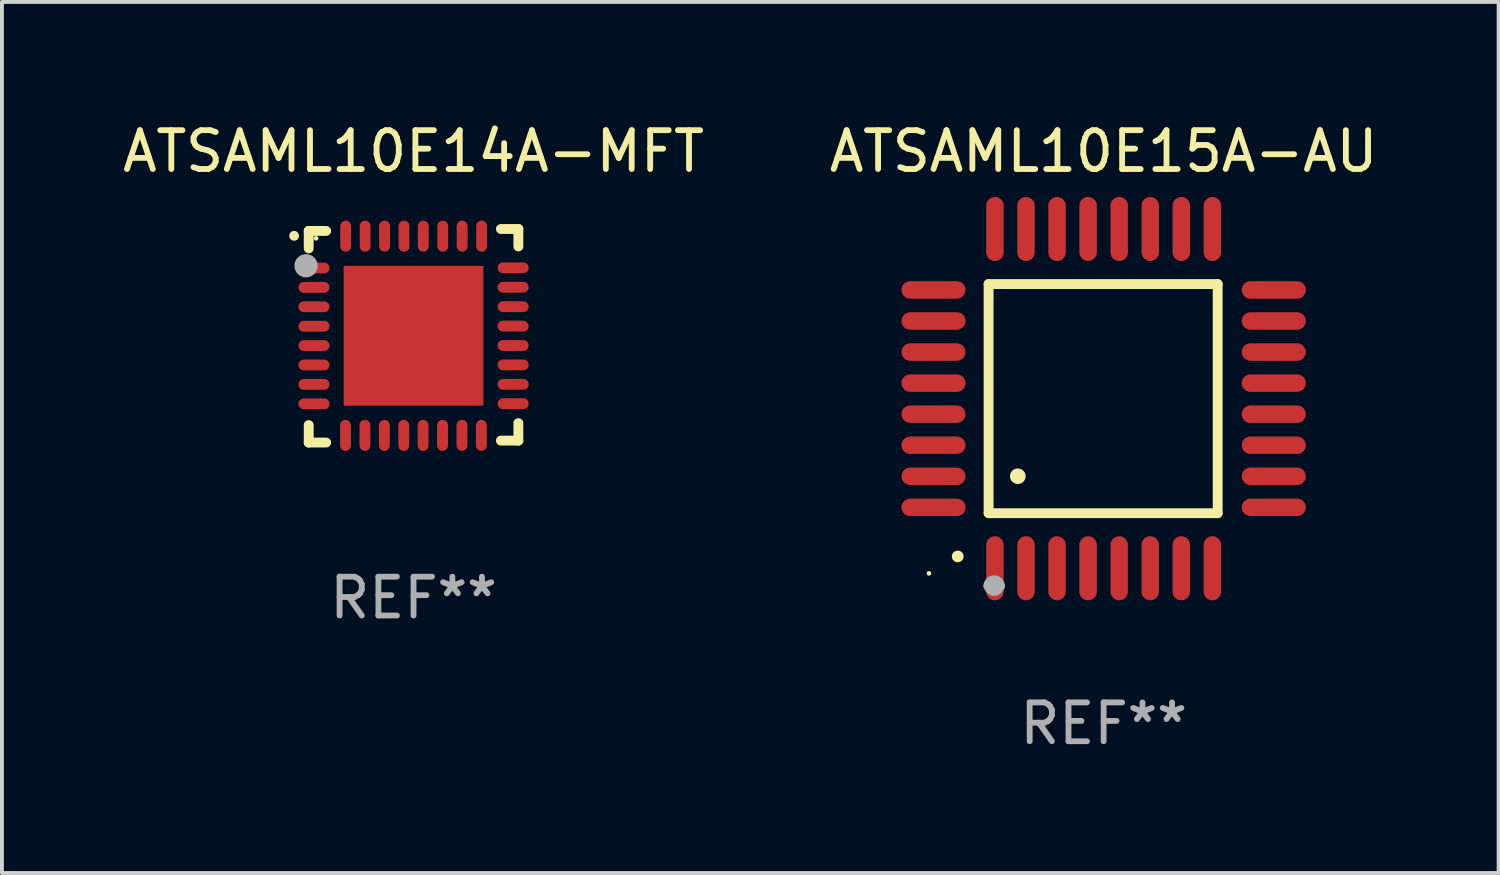
<source format=kicad_pcb>
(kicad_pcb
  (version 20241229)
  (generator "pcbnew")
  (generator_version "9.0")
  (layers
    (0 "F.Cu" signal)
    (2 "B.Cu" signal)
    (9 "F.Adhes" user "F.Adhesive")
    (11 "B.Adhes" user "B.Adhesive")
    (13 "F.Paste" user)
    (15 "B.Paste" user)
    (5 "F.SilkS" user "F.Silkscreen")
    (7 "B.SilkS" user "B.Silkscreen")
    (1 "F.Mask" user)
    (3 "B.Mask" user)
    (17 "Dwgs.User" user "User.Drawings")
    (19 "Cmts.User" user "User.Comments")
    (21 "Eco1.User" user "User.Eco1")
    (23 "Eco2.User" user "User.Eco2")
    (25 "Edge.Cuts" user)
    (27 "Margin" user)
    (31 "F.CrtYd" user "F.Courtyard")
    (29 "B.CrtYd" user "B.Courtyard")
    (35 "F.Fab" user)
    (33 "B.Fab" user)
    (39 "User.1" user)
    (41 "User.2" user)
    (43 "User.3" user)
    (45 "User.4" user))
  (footprint "ATSAML10E15A-AU"
    (layer "F.Cu")
    (at 25.375 7.217)
    (property "Reference" "ATSAML10E15A-AU" (at 0 -6.369 0) (layer "F.SilkS") (effects (font (size 1 1) (thickness 0.15))))
    (attr through_hole)
    (fp_line (start -2.963 -2.95) (end -2.963 2.95) (stroke (width 0.254) (type solid)) (layer "F.SilkS"))
    (fp_line (start -2.963 2.95) (end 2.937 2.95) (stroke (width 0.254) (type solid)) (layer "F.SilkS"))
    (fp_line (start 2.937 -2.95) (end -2.963 -2.95) (stroke (width 0.254) (type solid)) (layer "F.SilkS"))
    (fp_line (start 2.937 2.95) (end 2.937 -2.95) (stroke (width 0.254) (type solid)) (layer "F.SilkS"))
    (fp_arc (start -3.759208 4.064008) (mid -3.757938 4.064003) (end -3.756668 4.064008) (stroke (width 0.3) (type solid)) (layer "F.SilkS"))
    (fp_arc (start -2.212344 1.998984) (mid -2.211074 1.99898) (end -2.209804 1.998984) (stroke (width 0.4) (type solid)) (layer "F.SilkS"))
    (fp_circle (center -4.5 4.5) (end -4.47 4.5) (stroke (width 0.06) (type solid)) (fill no) (layer "F.SilkS"))
    (fp_arc (start -2.967489 4.82601) (mid -2.819406 4.677927) (end -2.671323 4.82601) (stroke (width 0.254001) (type solid)) (layer "F.Fab"))
    (fp_arc (start -2.967488 4.82601) (mid -2.819406 4.791053) (end -2.671324 4.82601) (stroke (width 0.254001) (type solid)) (layer "F.Fab"))
    (fp_circle (center -2.819 4.826) (end -2.692 4.826) (stroke (width 0.254) (type solid)) (fill no) (layer "F.Fab"))
    (fp_text user "REF**" (at 0 8.369 0) (layer "F.Fab") (effects (font (size 1 1) (thickness 0.15))))
    (pad "1" smd oval (at -2.8 4.369) (size 0.45 1.65) (layers "F.Cu" "F.Mask" "F.Paste"))
    (pad "2" smd oval (at -2 4.369) (size 0.45 1.65) (layers "F.Cu" "F.Mask" "F.Paste"))
    (pad "3" smd oval (at -1.2 4.369) (size 0.45 1.65) (layers "F.Cu" "F.Mask" "F.Paste"))
    (pad "4" smd oval (at -0.4 4.369) (size 0.45 1.65) (layers "F.Cu" "F.Mask" "F.Paste"))
    (pad "5" smd oval (at 0.4 4.369) (size 0.45 1.65) (layers "F.Cu" "F.Mask" "F.Paste"))
    (pad "6" smd oval (at 1.2 4.369) (size 0.45 1.65) (layers "F.Cu" "F.Mask" "F.Paste"))
    (pad "7" smd oval (at 2 4.369) (size 0.45 1.65) (layers "F.Cu" "F.Mask" "F.Paste"))
    (pad "8" smd oval (at 2.8 4.369) (size 0.45 1.65) (layers "F.Cu" "F.Mask" "F.Paste"))
    (pad "9" smd oval (at 4.382 2.8) (size 1.65 0.45) (layers "F.Cu" "F.Mask" "F.Paste"))
    (pad "10" smd oval (at 4.382 2) (size 1.65 0.45) (layers "F.Cu" "F.Mask" "F.Paste"))
    (pad "11" smd oval (at 4.382 1.2) (size 1.65 0.45) (layers "F.Cu" "F.Mask" "F.Paste"))
    (pad "12" smd oval (at 4.382 0.4) (size 1.65 0.45) (layers "F.Cu" "F.Mask" "F.Paste"))
    (pad "13" smd oval (at 4.382 -0.4) (size 1.65 0.45) (layers "F.Cu" "F.Mask" "F.Paste"))
    (pad "14" smd oval (at 4.382 -1.2) (size 1.65 0.45) (layers "F.Cu" "F.Mask" "F.Paste"))
    (pad "15" smd oval (at 4.382 -2) (size 1.65 0.45) (layers "F.Cu" "F.Mask" "F.Paste"))
    (pad "16" smd oval (at 4.382 -2.8) (size 1.65 0.45) (layers "F.Cu" "F.Mask" "F.Paste"))
    (pad "17" smd oval (at 2.8 -4.369) (size 0.45 1.65) (layers "F.Cu" "F.Mask" "F.Paste"))
    (pad "18" smd oval (at 2 -4.369) (size 0.45 1.65) (layers "F.Cu" "F.Mask" "F.Paste"))
    (pad "19" smd oval (at 1.2 -4.369) (size 0.45 1.65) (layers "F.Cu" "F.Mask" "F.Paste"))
    (pad "20" smd oval (at 0.4 -4.369) (size 0.45 1.65) (layers "F.Cu" "F.Mask" "F.Paste"))
    (pad "21" smd oval (at -0.4 -4.369) (size 0.45 1.65) (layers "F.Cu" "F.Mask" "F.Paste"))
    (pad "22" smd oval (at -1.2 -4.369) (size 0.45 1.65) (layers "F.Cu" "F.Mask" "F.Paste"))
    (pad "23" smd oval (at -2 -4.369) (size 0.45 1.65) (layers "F.Cu" "F.Mask" "F.Paste"))
    (pad "24" smd oval (at -2.8 -4.369) (size 0.45 1.65) (layers "F.Cu" "F.Mask" "F.Paste"))
    (pad "25" smd oval (at -4.382 -2.8) (size 1.65 0.45) (layers "F.Cu" "F.Mask" "F.Paste"))
    (pad "26" smd oval (at -4.382 -2) (size 1.65 0.45) (layers "F.Cu" "F.Mask" "F.Paste"))
    (pad "27" smd oval (at -4.382 -1.2) (size 1.65 0.45) (layers "F.Cu" "F.Mask" "F.Paste"))
    (pad "28" smd oval (at -4.382 -0.4) (size 1.65 0.45) (layers "F.Cu" "F.Mask" "F.Paste"))
    (pad "29" smd oval (at -4.382 0.4) (size 1.65 0.45) (layers "F.Cu" "F.Mask" "F.Paste"))
    (pad "30" smd oval (at -4.382 1.2) (size 1.65 0.45) (layers "F.Cu" "F.Mask" "F.Paste"))
    (pad "31" smd oval (at -4.382 2) (size 1.65 0.45) (layers "F.Cu" "F.Mask" "F.Paste"))
    (pad "32" smd oval (at -4.382 2.8) (size 1.65 0.45) (layers "F.Cu" "F.Mask" "F.Paste")))
  (footprint "ATSAML10E14A-MFT"
    (layer "F.Cu")
    (at 7.601 5.598)
    (property "Reference" "ATSAML10E14A-MFT" (at 0 -4.75 0) (layer "F.SilkS") (effects (font (size 1 1) (thickness 0.15))))
    (attr through_hole)
    (fp_line (start -2.7 -2.7) (end -2.25 -2.7) (stroke (width 0.254) (type solid)) (layer "F.SilkS"))
    (fp_line (start -2.7 -2.25) (end -2.7 -2.7) (stroke (width 0.254) (type solid)) (layer "F.SilkS"))
    (fp_line (start -2.7 2.3) (end -2.7 2.75) (stroke (width 0.254) (type solid)) (layer "F.SilkS"))
    (fp_line (start -2.7 2.75) (end -2.25 2.75) (stroke (width 0.254) (type solid)) (layer "F.SilkS"))
    (fp_line (start 2.25 2.7) (end 2.7 2.7) (stroke (width 0.254) (type solid)) (layer "F.SilkS"))
    (fp_line (start 2.7 -2.75) (end 2.25 -2.75) (stroke (width 0.254) (type solid)) (layer "F.SilkS"))
    (fp_line (start 2.7 -2.3) (end 2.7 -2.75) (stroke (width 0.254) (type solid)) (layer "F.SilkS"))
    (fp_line (start 2.7 2.7) (end 2.7 2.25) (stroke (width 0.254) (type solid)) (layer "F.SilkS"))
    (fp_arc (start -3.075946 -2.573025) (mid -3.075952 -2.574295) (end -3.075946 -2.575565) (stroke (width 0.25) (type solid)) (layer "F.SilkS"))
    (fp_circle (center -2.51 -2.51) (end -2.48 -2.51) (stroke (width 0.06) (type solid)) (fill no) (layer "F.SilkS"))
    (fp_circle (center -2.769 -1.803) (end -2.619 -1.803) (stroke (width 0.3) (type solid)) (fill no) (layer "F.Fab"))
    (fp_text user "REF**" (at 0 6.75 0) (layer "F.Fab") (effects (font (size 1 1) (thickness 0.15))))
    (pad "1" smd oval (at -2.565 -1.747 270) (size 0.28 0.8) (layers "F.Cu" "F.Mask" "F.Paste"))
    (pad "2" smd oval (at -2.565 -1.247 270) (size 0.28 0.8) (layers "F.Cu" "F.Mask" "F.Paste"))
    (pad "3" smd oval (at -2.565 -0.747 270) (size 0.28 0.8) (layers "F.Cu" "F.Mask" "F.Paste"))
    (pad "4" smd oval (at -2.565 -0.246 270) (size 0.28 0.8) (layers "F.Cu" "F.Mask" "F.Paste"))
    (pad "5" smd oval (at -2.565 0.252 270) (size 0.28 0.8) (layers "F.Cu" "F.Mask" "F.Paste"))
    (pad "6" smd oval (at -2.565 0.752 270) (size 0.28 0.8) (layers "F.Cu" "F.Mask" "F.Paste"))
    (pad "7" smd oval (at -2.565 1.252 270) (size 0.28 0.8) (layers "F.Cu" "F.Mask" "F.Paste"))
    (pad "8" smd oval (at -2.565 1.753 270) (size 0.28 0.8) (layers "F.Cu" "F.Mask" "F.Paste"))
    (pad "9" smd oval (at -1.753 2.565 270) (size 0.8 0.28) (layers "F.Cu" "F.Mask" "F.Paste"))
    (pad "10" smd oval (at -1.252 2.565 270) (size 0.8 0.28) (layers "F.Cu" "F.Mask" "F.Paste"))
    (pad "11" smd oval (at -0.752 2.565 270) (size 0.8 0.28) (layers "F.Cu" "F.Mask" "F.Paste"))
    (pad "12" smd oval (at -0.252 2.565 270) (size 0.8 0.28) (layers "F.Cu" "F.Mask" "F.Paste"))
    (pad "13" smd oval (at 0.246 2.565 270) (size 0.8 0.28) (layers "F.Cu" "F.Mask" "F.Paste"))
    (pad "14" smd oval (at 0.747 2.565 270) (size 0.8 0.28) (layers "F.Cu" "F.Mask" "F.Paste"))
    (pad "15" smd oval (at 1.247 2.565 270) (size 0.8 0.28) (layers "F.Cu" "F.Mask" "F.Paste"))
    (pad "16" smd oval (at 1.747 2.565 270) (size 0.8 0.28) (layers "F.Cu" "F.Mask" "F.Paste"))
    (pad "17" smd oval (at 2.565 1.75 270) (size 0.28 0.8) (layers "F.Cu" "F.Mask" "F.Paste"))
    (pad "18" smd oval (at 2.565 1.25 270) (size 0.28 0.8) (layers "F.Cu" "F.Mask" "F.Paste"))
    (pad "19" smd oval (at 2.565 0.75 270) (size 0.28 0.8) (layers "F.Cu" "F.Mask" "F.Paste"))
    (pad "20" smd oval (at 2.565 0.25 270) (size 0.28 0.8) (layers "F.Cu" "F.Mask" "F.Paste"))
    (pad "21" smd oval (at 2.565 -0.25 270) (size 0.28 0.8) (layers "F.Cu" "F.Mask" "F.Paste"))
    (pad "22" smd oval (at 2.565 -0.75 270) (size 0.28 0.8) (layers "F.Cu" "F.Mask" "F.Paste"))
    (pad "23" smd oval (at 2.565 -1.25 270) (size 0.28 0.8) (layers "F.Cu" "F.Mask" "F.Paste"))
    (pad "24" smd oval (at 2.565 -1.75 270) (size 0.28 0.8) (layers "F.Cu" "F.Mask" "F.Paste"))
    (pad "25" smd oval (at 1.753 -2.565 270) (size 0.8 0.28) (layers "F.Cu" "F.Mask" "F.Paste"))
    (pad "26" smd oval (at 1.252 -2.565 270) (size 0.8 0.28) (layers "F.Cu" "F.Mask" "F.Paste"))
    (pad "27" smd oval (at 0.752 -2.565 270) (size 0.8 0.28) (layers "F.Cu" "F.Mask" "F.Paste"))
    (pad "28" smd oval (at 0.251 -2.565 270) (size 0.8 0.28) (layers "F.Cu" "F.Mask" "F.Paste"))
    (pad "29" smd oval (at -0.246 -2.565 270) (size 0.8 0.28) (layers "F.Cu" "F.Mask" "F.Paste"))
    (pad "30" smd oval (at -0.747 -2.565 270) (size 0.8 0.28) (layers "F.Cu" "F.Mask" "F.Paste"))
    (pad "31" smd oval (at -1.247 -2.565 270) (size 0.8 0.28) (layers "F.Cu" "F.Mask" "F.Paste"))
    (pad "32" smd oval (at -1.748 -2.565 270) (size 0.8 0.28) (layers "F.Cu" "F.Mask" "F.Paste"))
    (pad "33" smd rect (at -0.000076 0.000076 270) (size 3.6 3.6) (layers "F.Cu" "F.Mask" "F.Paste")))
  (gr_rect
    (start -3 -3)
    (end 35.548 19.434)
    (stroke (width 0.1) (type default))
    (fill no)
    (layer "Edge.Cuts")))
</source>
